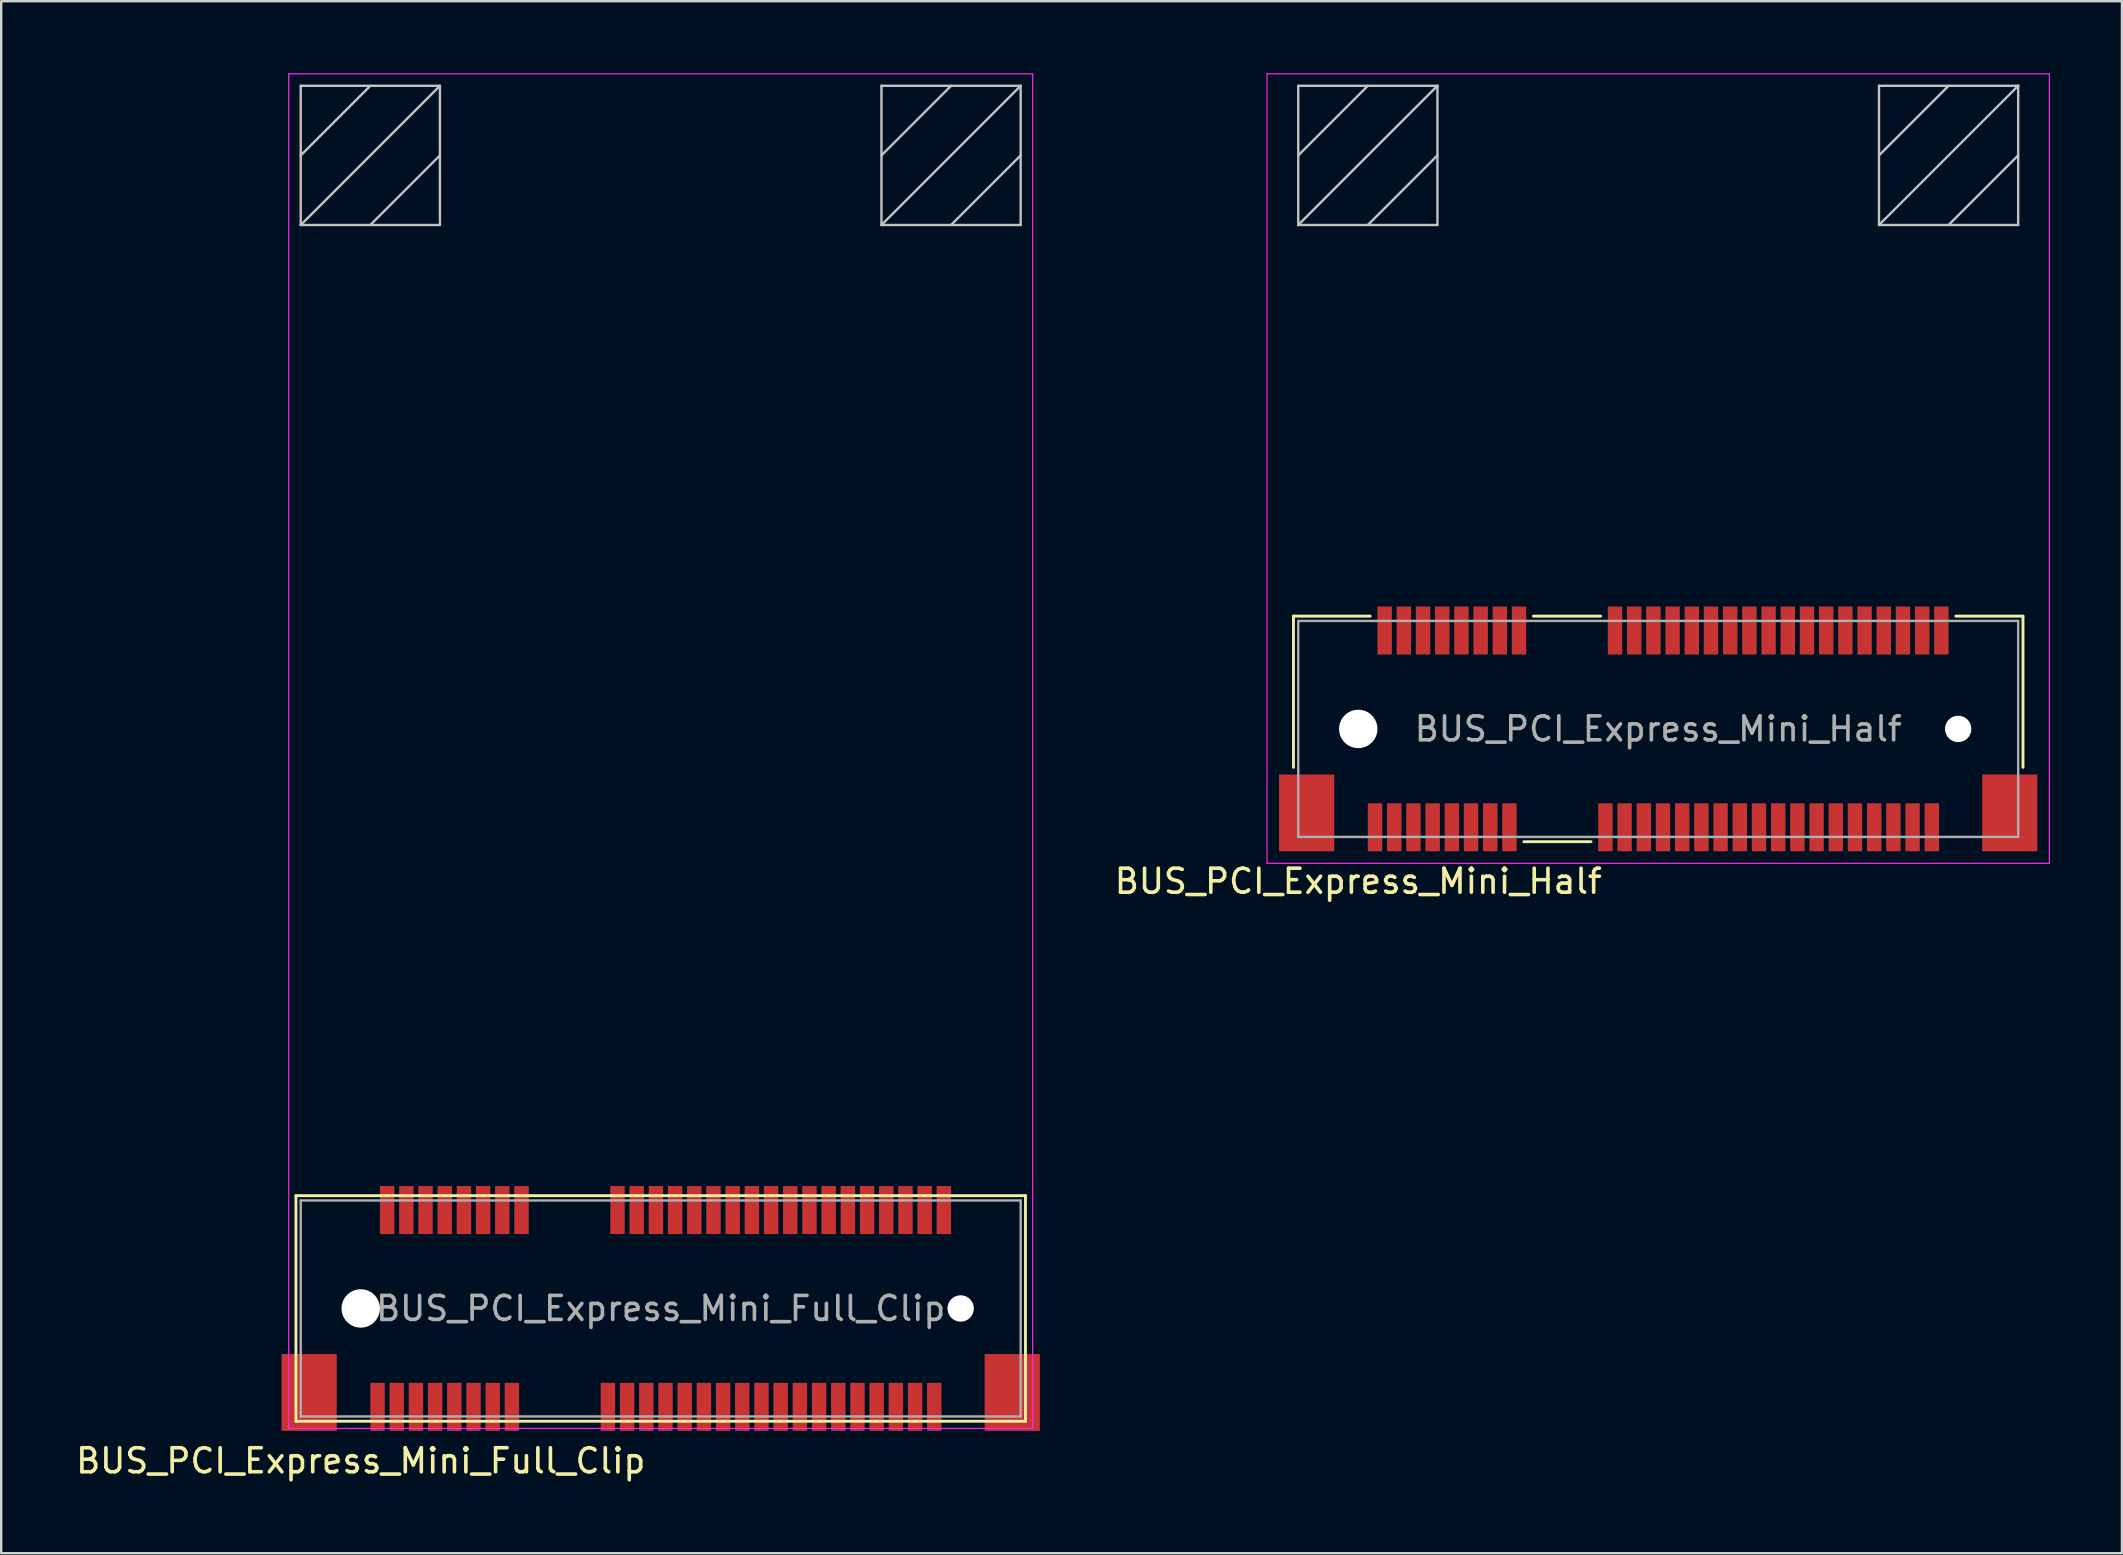
<source format=kicad_pcb>
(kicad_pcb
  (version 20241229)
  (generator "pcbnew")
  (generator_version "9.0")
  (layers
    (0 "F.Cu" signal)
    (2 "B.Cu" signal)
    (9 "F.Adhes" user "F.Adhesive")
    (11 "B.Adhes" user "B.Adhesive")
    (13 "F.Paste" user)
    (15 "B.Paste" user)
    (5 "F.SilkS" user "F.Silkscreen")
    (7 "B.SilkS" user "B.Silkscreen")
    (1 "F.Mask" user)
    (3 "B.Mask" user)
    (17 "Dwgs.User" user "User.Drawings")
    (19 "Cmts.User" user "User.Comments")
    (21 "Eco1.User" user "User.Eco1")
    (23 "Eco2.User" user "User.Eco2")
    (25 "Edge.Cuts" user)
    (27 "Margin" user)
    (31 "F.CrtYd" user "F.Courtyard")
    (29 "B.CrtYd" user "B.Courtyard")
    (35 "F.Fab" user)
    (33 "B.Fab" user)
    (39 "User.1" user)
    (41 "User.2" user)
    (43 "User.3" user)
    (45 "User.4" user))
  (footprint "BUS_PCI_Express_Mini_Half"
    (layer "F.Cu")
    (at 66.05 27.325)
    (property "Reference" "BUS_PCI_Express_Mini_Half" (at -12.5 6.35 180) (layer "F.SilkS") (effects (font (size 1 1) (thickness 0.15))))
    (attr smd)
    (fp_line (start -15.2 -4.7) (end -15.2 1.6) (stroke (width 0.12) (type solid)) (layer "F.SilkS"))
    (fp_line (start -12 -4.7) (end -15.2 -4.7) (stroke (width 0.12) (type solid)) (layer "F.SilkS"))
    (fp_line (start -5.6 4.7) (end -2.8 4.7) (stroke (width 0.12) (type solid)) (layer "F.SilkS"))
    (fp_line (start -2.4 -4.7) (end -5.2 -4.7) (stroke (width 0.12) (type solid)) (layer "F.SilkS"))
    (fp_line (start 15.2 -4.7) (end 12.4 -4.7) (stroke (width 0.12) (type solid)) (layer "F.SilkS"))
    (fp_line (start 15.2 1.6) (end 15.2 -4.7) (stroke (width 0.12) (type solid)) (layer "F.SilkS"))
    (fp_line (start -15 -26.8) (end -15 -21) (stroke (width 0.1) (type solid)) (layer "Dwgs.User"))
    (fp_line (start -15 -21) (end -9.2 -26.8) (stroke (width 0.1) (type solid)) (layer "Dwgs.User"))
    (fp_line (start -15 -21) (end -9.2 -21) (stroke (width 0.1) (type solid)) (layer "Dwgs.User"))
    (fp_line (start -12.1 -26.8) (end -15 -23.9) (stroke (width 0.1) (type solid)) (layer "Dwgs.User"))
    (fp_line (start -9.2 -26.8) (end -15 -26.8) (stroke (width 0.1) (type solid)) (layer "Dwgs.User"))
    (fp_line (start -9.2 -23.9) (end -12.1 -21) (stroke (width 0.1) (type solid)) (layer "Dwgs.User"))
    (fp_line (start -9.2 -21) (end -9.2 -26.8) (stroke (width 0.1) (type solid)) (layer "Dwgs.User"))
    (fp_line (start 9.2 -26.8) (end 15 -26.8) (stroke (width 0.1) (type solid)) (layer "Dwgs.User"))
    (fp_line (start 9.2 -21) (end 9.2 -26.8) (stroke (width 0.1) (type solid)) (layer "Dwgs.User"))
    (fp_line (start 12.1 -26.8) (end 9.2 -23.9) (stroke (width 0.1) (type solid)) (layer "Dwgs.User"))
    (fp_line (start 15 -26.8) (end 9.2 -21) (stroke (width 0.1) (type solid)) (layer "Dwgs.User"))
    (fp_line (start 15 -26.8) (end 15 -21) (stroke (width 0.1) (type solid)) (layer "Dwgs.User"))
    (fp_line (start 15 -23.9) (end 12.1 -21) (stroke (width 0.1) (type solid)) (layer "Dwgs.User"))
    (fp_line (start 15 -21) (end 9.2 -21) (stroke (width 0.1) (type solid)) (layer "Dwgs.User"))
    (fp_line (start -16.3 -27.3) (end 16.3 -27.3) (stroke (width 0.05) (type solid)) (layer "F.CrtYd"))
    (fp_line (start -16.3 5.6) (end -16.3 -27.3) (stroke (width 0.05) (type solid)) (layer "F.CrtYd"))
    (fp_line (start 16.3 -27.3) (end 16.3 5.6) (stroke (width 0.05) (type solid)) (layer "F.CrtYd"))
    (fp_line (start 16.3 5.6) (end -16.3 5.6) (stroke (width 0.05) (type solid)) (layer "F.CrtYd"))
    (fp_line (start -15 -4.5) (end -15 4.5) (stroke (width 0.1) (type solid)) (layer "F.Fab"))
    (fp_line (start -15 4.5) (end 15 4.5) (stroke (width 0.1) (type solid)) (layer "F.Fab"))
    (fp_line (start 15 -4.5) (end -15 -4.5) (stroke (width 0.1) (type solid)) (layer "F.Fab"))
    (fp_line (start 15 4.5) (end 15 -4.5) (stroke (width 0.1) (type solid)) (layer "F.Fab"))
    (fp_text user "${REFERENCE}" (at 0 0 0) (layer "F.Fab") (effects (font (size 1 1) (thickness 0.15))))
    (pad "" np_thru_hole circle (at -12.5 0) (size 1.6 1.6) (drill 1.6) (layers "*.Cu" "*.Mask"))
    (pad "" np_thru_hole circle (at 12.5 0) (size 1.1 1.1) (drill 1.1) (layers "*.Cu" "*.Mask"))
    (pad "1" smd rect (at -11.8 4.1) (size 0.6 2) (layers "F.Cu" "F.Mask" "F.Paste"))
    (pad "2" smd rect (at -11.4 -4.1) (size 0.6 2) (layers "F.Cu" "F.Mask" "F.Paste"))
    (pad "3" smd rect (at -11 4.1) (size 0.6 2) (layers "F.Cu" "F.Mask" "F.Paste"))
    (pad "4" smd rect (at -10.6 -4.1) (size 0.6 2) (layers "F.Cu" "F.Mask" "F.Paste"))
    (pad "5" smd rect (at -10.2 4.1) (size 0.6 2) (layers "F.Cu" "F.Mask" "F.Paste"))
    (pad "6" smd rect (at -9.8 -4.1) (size 0.6 2) (layers "F.Cu" "F.Mask" "F.Paste"))
    (pad "7" smd rect (at -9.4 4.1) (size 0.6 2) (layers "F.Cu" "F.Mask" "F.Paste"))
    (pad "8" smd rect (at -9 -4.1) (size 0.6 2) (layers "F.Cu" "F.Mask" "F.Paste"))
    (pad "9" smd rect (at -8.6 4.1) (size 0.6 2) (layers "F.Cu" "F.Mask" "F.Paste"))
    (pad "10" smd rect (at -8.2 -4.1) (size 0.6 2) (layers "F.Cu" "F.Mask" "F.Paste"))
    (pad "11" smd rect (at -7.8 4.1) (size 0.6 2) (layers "F.Cu" "F.Mask" "F.Paste"))
    (pad "12" smd rect (at -7.4 -4.1) (size 0.6 2) (layers "F.Cu" "F.Mask" "F.Paste"))
    (pad "13" smd rect (at -7 4.1) (size 0.6 2) (layers "F.Cu" "F.Mask" "F.Paste"))
    (pad "14" smd rect (at -6.6 -4.1) (size 0.6 2) (layers "F.Cu" "F.Mask" "F.Paste"))
    (pad "15" smd rect (at -6.2 4.1) (size 0.6 2) (layers "F.Cu" "F.Mask" "F.Paste"))
    (pad "16" smd rect (at -5.8 -4.1) (size 0.6 2) (layers "F.Cu" "F.Mask" "F.Paste"))
    (pad "17" smd rect (at -2.2 4.1) (size 0.6 2) (layers "F.Cu" "F.Mask" "F.Paste"))
    (pad "18" smd rect (at -1.8 -4.1) (size 0.6 2) (layers "F.Cu" "F.Mask" "F.Paste"))
    (pad "19" smd rect (at -1.4 4.1) (size 0.6 2) (layers "F.Cu" "F.Mask" "F.Paste"))
    (pad "20" smd rect (at -1 -4.1) (size 0.6 2) (layers "F.Cu" "F.Mask" "F.Paste"))
    (pad "21" smd rect (at -0.6 4.1) (size 0.6 2) (layers "F.Cu" "F.Mask" "F.Paste"))
    (pad "22" smd rect (at -0.2 -4.1) (size 0.6 2) (layers "F.Cu" "F.Mask" "F.Paste"))
    (pad "23" smd rect (at 0.2 4.1) (size 0.6 2) (layers "F.Cu" "F.Mask" "F.Paste"))
    (pad "24" smd rect (at 0.6 -4.1) (size 0.6 2) (layers "F.Cu" "F.Mask" "F.Paste"))
    (pad "25" smd rect (at 1 4.1) (size 0.6 2) (layers "F.Cu" "F.Mask" "F.Paste"))
    (pad "26" smd rect (at 1.4 -4.1) (size 0.6 2) (layers "F.Cu" "F.Mask" "F.Paste"))
    (pad "27" smd rect (at 1.8 4.1) (size 0.6 2) (layers "F.Cu" "F.Mask" "F.Paste"))
    (pad "28" smd rect (at 2.2 -4.1) (size 0.6 2) (layers "F.Cu" "F.Mask" "F.Paste"))
    (pad "29" smd rect (at 2.6 4.1) (size 0.6 2) (layers "F.Cu" "F.Mask" "F.Paste"))
    (pad "30" smd rect (at 3 -4.1) (size 0.6 2) (layers "F.Cu" "F.Mask" "F.Paste"))
    (pad "31" smd rect (at 3.4 4.1) (size 0.6 2) (layers "F.Cu" "F.Mask" "F.Paste"))
    (pad "32" smd rect (at 3.8 -4.1) (size 0.6 2) (layers "F.Cu" "F.Mask" "F.Paste"))
    (pad "33" smd rect (at 4.2 4.1) (size 0.6 2) (layers "F.Cu" "F.Mask" "F.Paste"))
    (pad "34" smd rect (at 4.6 -4.1) (size 0.6 2) (layers "F.Cu" "F.Mask" "F.Paste"))
    (pad "35" smd rect (at 5 4.1) (size 0.6 2) (layers "F.Cu" "F.Mask" "F.Paste"))
    (pad "36" smd rect (at 5.4 -4.1) (size 0.6 2) (layers "F.Cu" "F.Mask" "F.Paste"))
    (pad "37" smd rect (at 5.8 4.1) (size 0.6 2) (layers "F.Cu" "F.Mask" "F.Paste"))
    (pad "38" smd rect (at 6.2 -4.1) (size 0.6 2) (layers "F.Cu" "F.Mask" "F.Paste"))
    (pad "39" smd rect (at 6.6 4.1) (size 0.6 2) (layers "F.Cu" "F.Mask" "F.Paste"))
    (pad "40" smd rect (at 7 -4.1) (size 0.6 2) (layers "F.Cu" "F.Mask" "F.Paste"))
    (pad "41" smd rect (at 7.4 4.1) (size 0.6 2) (layers "F.Cu" "F.Mask" "F.Paste"))
    (pad "42" smd rect (at 7.8 -4.1) (size 0.6 2) (layers "F.Cu" "F.Mask" "F.Paste"))
    (pad "43" smd rect (at 8.2 4.1) (size 0.6 2) (layers "F.Cu" "F.Mask" "F.Paste"))
    (pad "44" smd rect (at 8.6 -4.1) (size 0.6 2) (layers "F.Cu" "F.Mask" "F.Paste"))
    (pad "45" smd rect (at 9 4.1) (size 0.6 2) (layers "F.Cu" "F.Mask" "F.Paste"))
    (pad "46" smd rect (at 9.4 -4.1) (size 0.6 2) (layers "F.Cu" "F.Mask" "F.Paste"))
    (pad "47" smd rect (at 9.8 4.1) (size 0.6 2) (layers "F.Cu" "F.Mask" "F.Paste"))
    (pad "48" smd rect (at 10.2 -4.1) (size 0.6 2) (layers "F.Cu" "F.Mask" "F.Paste"))
    (pad "49" smd rect (at 10.6 4.1) (size 0.6 2) (layers "F.Cu" "F.Mask" "F.Paste"))
    (pad "50" smd rect (at 11 -4.1) (size 0.6 2) (layers "F.Cu" "F.Mask" "F.Paste"))
    (pad "51" smd rect (at 11.4 4.1) (size 0.6 2) (layers "F.Cu" "F.Mask" "F.Paste"))
    (pad "52" smd rect (at 11.8 -4.1) (size 0.6 2) (layers "F.Cu" "F.Mask" "F.Paste"))
    (pad "MP" smd rect (at -14.65 3.5) (size 2.3 3.2) (layers "F.Cu" "F.Mask" "F.Paste"))
    (pad "MP" smd rect (at 14.65 3.5) (size 2.3 3.2) (layers "F.Cu" "F.Mask" "F.Paste")))
  (footprint "BUS_PCI_Express_Mini_Full_Clip"
    (layer "F.Cu")
    (at 24.482 51.475)
    (property "Reference" "BUS_PCI_Express_Mini_Full_Clip" (at -12.5 6.35 180) (layer "F.SilkS") (effects (font (size 1 1) (thickness 0.15))))
    (attr smd)
    (fp_line (start -15.2 -4.7) (end -15.2 4.7) (stroke (width 0.12) (type solid)) (layer "F.SilkS"))
    (fp_line (start -15.2 4.7) (end 15.2 4.7) (stroke (width 0.12) (type solid)) (layer "F.SilkS"))
    (fp_line (start 15.2 -4.7) (end -15.2 -4.7) (stroke (width 0.12) (type solid)) (layer "F.SilkS"))
    (fp_line (start 15.2 4.7) (end 15.2 -4.7) (stroke (width 0.12) (type solid)) (layer "F.SilkS"))
    (fp_line (start -15 -50.95) (end -15 -45.15) (stroke (width 0.1) (type solid)) (layer "Dwgs.User"))
    (fp_line (start -15 -50.95) (end -9.2 -50.95) (stroke (width 0.1) (type solid)) (layer "Dwgs.User"))
    (fp_line (start -15 -45.15) (end -9.2 -45.15) (stroke (width 0.1) (type solid)) (layer "Dwgs.User"))
    (fp_line (start -12.1 -50.95) (end -15 -48.05) (stroke (width 0.1) (type solid)) (layer "Dwgs.User"))
    (fp_line (start -9.2 -50.95) (end -15 -45.15) (stroke (width 0.1) (type solid)) (layer "Dwgs.User"))
    (fp_line (start -9.2 -50.95) (end -9.2 -45.15) (stroke (width 0.1) (type solid)) (layer "Dwgs.User"))
    (fp_line (start -9.2 -48.05) (end -12.1 -45.15) (stroke (width 0.1) (type solid)) (layer "Dwgs.User"))
    (fp_line (start 9.2 -50.95) (end 9.2 -45.15) (stroke (width 0.1) (type solid)) (layer "Dwgs.User"))
    (fp_line (start 9.2 -50.95) (end 15 -50.95) (stroke (width 0.1) (type solid)) (layer "Dwgs.User"))
    (fp_line (start 9.2 -45.15) (end 15 -45.15) (stroke (width 0.1) (type solid)) (layer "Dwgs.User"))
    (fp_line (start 12.1 -50.95) (end 9.2 -48.05) (stroke (width 0.1) (type solid)) (layer "Dwgs.User"))
    (fp_line (start 15 -50.95) (end 9.2 -45.15) (stroke (width 0.1) (type solid)) (layer "Dwgs.User"))
    (fp_line (start 15 -50.95) (end 15 -45.15) (stroke (width 0.1) (type solid)) (layer "Dwgs.User"))
    (fp_line (start 15 -48.05) (end 12.1 -45.15) (stroke (width 0.1) (type solid)) (layer "Dwgs.User"))
    (fp_line (start -15.5 -51.45) (end 15.5 -51.45) (stroke (width 0.05) (type solid)) (layer "F.CrtYd"))
    (fp_line (start -15.5 5) (end -15.5 -51.45) (stroke (width 0.05) (type solid)) (layer "F.CrtYd"))
    (fp_line (start 15.5 -51.45) (end 15.5 5) (stroke (width 0.05) (type solid)) (layer "F.CrtYd"))
    (fp_line (start 15.5 5) (end -15.5 5) (stroke (width 0.05) (type solid)) (layer "F.CrtYd"))
    (fp_line (start -15 -4.5) (end -15 4.5) (stroke (width 0.1) (type solid)) (layer "F.Fab"))
    (fp_line (start -15 4.5) (end 15 4.5) (stroke (width 0.1) (type solid)) (layer "F.Fab"))
    (fp_line (start 15 -4.5) (end -15 -4.5) (stroke (width 0.1) (type solid)) (layer "F.Fab"))
    (fp_line (start 15 4.5) (end 15 -4.5) (stroke (width 0.1) (type solid)) (layer "F.Fab"))
    (fp_text user "${REFERENCE}" (at 0 0 0) (layer "F.Fab") (effects (font (size 1 1) (thickness 0.15))))
    (pad "" smd rect (at -14.65 3.5) (size 2.3 3.2) (layers "F.Cu" "F.Mask" "F.Paste"))
    (pad "" np_thru_hole circle (at -12.5 0) (size 1.6 1.6) (drill 1.6) (layers "*.Cu" "*.Mask"))
    (pad "" np_thru_hole circle (at 12.5 0) (size 1.1 1.1) (drill 1.1) (layers "*.Cu" "*.Mask"))
    (pad "" smd rect (at 14.65 3.5) (size 2.3 3.2) (layers "F.Cu" "F.Mask" "F.Paste"))
    (pad "1" smd rect (at -11.8 4.1) (size 0.6 2) (layers "F.Cu" "F.Mask" "F.Paste"))
    (pad "2" smd rect (at -11.4 -4.1) (size 0.6 2) (layers "F.Cu" "F.Mask" "F.Paste"))
    (pad "3" smd rect (at -11 4.1) (size 0.6 2) (layers "F.Cu" "F.Mask" "F.Paste"))
    (pad "4" smd rect (at -10.6 -4.1) (size 0.6 2) (layers "F.Cu" "F.Mask" "F.Paste"))
    (pad "5" smd rect (at -10.2 4.1) (size 0.6 2) (layers "F.Cu" "F.Mask" "F.Paste"))
    (pad "6" smd rect (at -9.8 -4.1) (size 0.6 2) (layers "F.Cu" "F.Mask" "F.Paste"))
    (pad "7" smd rect (at -9.4 4.1) (size 0.6 2) (layers "F.Cu" "F.Mask" "F.Paste"))
    (pad "8" smd rect (at -9 -4.1) (size 0.6 2) (layers "F.Cu" "F.Mask" "F.Paste"))
    (pad "9" smd rect (at -8.6 4.1) (size 0.6 2) (layers "F.Cu" "F.Mask" "F.Paste"))
    (pad "10" smd rect (at -8.2 -4.1) (size 0.6 2) (layers "F.Cu" "F.Mask" "F.Paste"))
    (pad "11" smd rect (at -7.8 4.1) (size 0.6 2) (layers "F.Cu" "F.Mask" "F.Paste"))
    (pad "12" smd rect (at -7.4 -4.1) (size 0.6 2) (layers "F.Cu" "F.Mask" "F.Paste"))
    (pad "13" smd rect (at -7 4.1) (size 0.6 2) (layers "F.Cu" "F.Mask" "F.Paste"))
    (pad "14" smd rect (at -6.6 -4.1) (size 0.6 2) (layers "F.Cu" "F.Mask" "F.Paste"))
    (pad "15" smd rect (at -6.2 4.1) (size 0.6 2) (layers "F.Cu" "F.Mask" "F.Paste"))
    (pad "16" smd rect (at -5.8 -4.1) (size 0.6 2) (layers "F.Cu" "F.Mask" "F.Paste"))
    (pad "17" smd rect (at -2.2 4.1) (size 0.6 2) (layers "F.Cu" "F.Mask" "F.Paste"))
    (pad "18" smd rect (at -1.8 -4.1) (size 0.6 2) (layers "F.Cu" "F.Mask" "F.Paste"))
    (pad "19" smd rect (at -1.4 4.1) (size 0.6 2) (layers "F.Cu" "F.Mask" "F.Paste"))
    (pad "20" smd rect (at -1 -4.1) (size 0.6 2) (layers "F.Cu" "F.Mask" "F.Paste"))
    (pad "21" smd rect (at -0.6 4.1) (size 0.6 2) (layers "F.Cu" "F.Mask" "F.Paste"))
    (pad "22" smd rect (at -0.2 -4.1) (size 0.6 2) (layers "F.Cu" "F.Mask" "F.Paste"))
    (pad "23" smd rect (at 0.2 4.1) (size 0.6 2) (layers "F.Cu" "F.Mask" "F.Paste"))
    (pad "24" smd rect (at 0.6 -4.1) (size 0.6 2) (layers "F.Cu" "F.Mask" "F.Paste"))
    (pad "25" smd rect (at 1 4.1) (size 0.6 2) (layers "F.Cu" "F.Mask" "F.Paste"))
    (pad "26" smd rect (at 1.4 -4.1) (size 0.6 2) (layers "F.Cu" "F.Mask" "F.Paste"))
    (pad "27" smd rect (at 1.8 4.1) (size 0.6 2) (layers "F.Cu" "F.Mask" "F.Paste"))
    (pad "28" smd rect (at 2.2 -4.1) (size 0.6 2) (layers "F.Cu" "F.Mask" "F.Paste"))
    (pad "29" smd rect (at 2.6 4.1) (size 0.6 2) (layers "F.Cu" "F.Mask" "F.Paste"))
    (pad "30" smd rect (at 3 -4.1) (size 0.6 2) (layers "F.Cu" "F.Mask" "F.Paste"))
    (pad "31" smd rect (at 3.4 4.1) (size 0.6 2) (layers "F.Cu" "F.Mask" "F.Paste"))
    (pad "32" smd rect (at 3.8 -4.1) (size 0.6 2) (layers "F.Cu" "F.Mask" "F.Paste"))
    (pad "33" smd rect (at 4.2 4.1) (size 0.6 2) (layers "F.Cu" "F.Mask" "F.Paste"))
    (pad "34" smd rect (at 4.6 -4.1) (size 0.6 2) (layers "F.Cu" "F.Mask" "F.Paste"))
    (pad "35" smd rect (at 5 4.1) (size 0.6 2) (layers "F.Cu" "F.Mask" "F.Paste"))
    (pad "36" smd rect (at 5.4 -4.1) (size 0.6 2) (layers "F.Cu" "F.Mask" "F.Paste"))
    (pad "37" smd rect (at 5.8 4.1) (size 0.6 2) (layers "F.Cu" "F.Mask" "F.Paste"))
    (pad "38" smd rect (at 6.2 -4.1) (size 0.6 2) (layers "F.Cu" "F.Mask" "F.Paste"))
    (pad "39" smd rect (at 6.6 4.1) (size 0.6 2) (layers "F.Cu" "F.Mask" "F.Paste"))
    (pad "40" smd rect (at 7 -4.1) (size 0.6 2) (layers "F.Cu" "F.Mask" "F.Paste"))
    (pad "41" smd rect (at 7.4 4.1) (size 0.6 2) (layers "F.Cu" "F.Mask" "F.Paste"))
    (pad "42" smd rect (at 7.8 -4.1) (size 0.6 2) (layers "F.Cu" "F.Mask" "F.Paste"))
    (pad "43" smd rect (at 8.2 4.1) (size 0.6 2) (layers "F.Cu" "F.Mask" "F.Paste"))
    (pad "44" smd rect (at 8.6 -4.1) (size 0.6 2) (layers "F.Cu" "F.Mask" "F.Paste"))
    (pad "45" smd rect (at 9 4.1) (size 0.6 2) (layers "F.Cu" "F.Mask" "F.Paste"))
    (pad "46" smd rect (at 9.4 -4.1) (size 0.6 2) (layers "F.Cu" "F.Mask" "F.Paste"))
    (pad "47" smd rect (at 9.8 4.1) (size 0.6 2) (layers "F.Cu" "F.Mask" "F.Paste"))
    (pad "48" smd rect (at 10.2 -4.1) (size 0.6 2) (layers "F.Cu" "F.Mask" "F.Paste"))
    (pad "49" smd rect (at 10.6 4.1) (size 0.6 2) (layers "F.Cu" "F.Mask" "F.Paste"))
    (pad "50" smd rect (at 11 -4.1) (size 0.6 2) (layers "F.Cu" "F.Mask" "F.Paste"))
    (pad "51" smd rect (at 11.4 4.1) (size 0.6 2) (layers "F.Cu" "F.Mask" "F.Paste"))
    (pad "52" smd rect (at 11.8 -4.1) (size 0.6 2) (layers "F.Cu" "F.Mask" "F.Paste")))
  (gr_rect
    (start -3 -3)
    (end 85.375 61.673)
    (stroke (width 0.1) (type default))
    (fill no)
    (layer "Edge.Cuts")))
</source>
